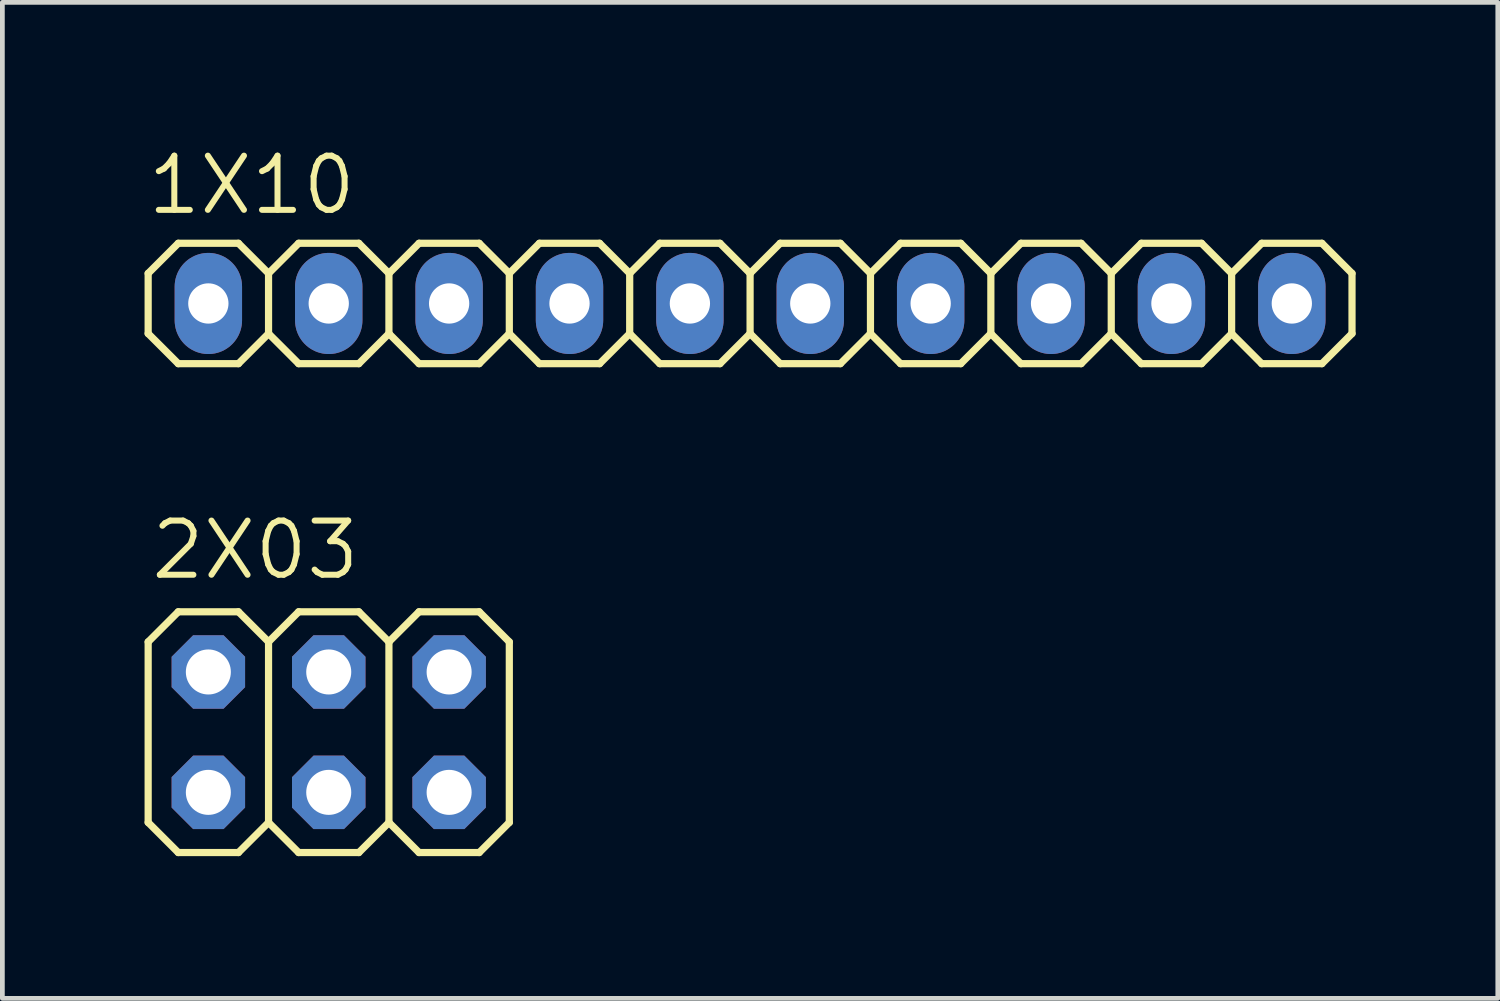
<source format=kicad_pcb>
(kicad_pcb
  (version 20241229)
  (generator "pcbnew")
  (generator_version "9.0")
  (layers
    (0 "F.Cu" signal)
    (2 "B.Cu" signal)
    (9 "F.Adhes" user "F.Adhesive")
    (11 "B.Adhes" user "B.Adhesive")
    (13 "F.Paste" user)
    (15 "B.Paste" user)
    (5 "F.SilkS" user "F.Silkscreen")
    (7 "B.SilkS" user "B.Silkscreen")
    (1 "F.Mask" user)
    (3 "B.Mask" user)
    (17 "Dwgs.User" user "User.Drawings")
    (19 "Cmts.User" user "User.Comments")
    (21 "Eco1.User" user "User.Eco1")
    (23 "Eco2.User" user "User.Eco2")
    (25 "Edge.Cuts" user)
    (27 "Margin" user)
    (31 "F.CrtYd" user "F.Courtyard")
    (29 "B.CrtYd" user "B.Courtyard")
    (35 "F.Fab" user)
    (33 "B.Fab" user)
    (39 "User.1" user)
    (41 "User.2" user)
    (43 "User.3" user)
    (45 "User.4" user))
  (footprint "2X03"
    (layer "F.Cu")
    (at 3.886 12.398)
    (property "Reference" "2X03" (at -3.81 -3.175 0) (layer "F.SilkS") (effects (font (size 1.143 1.143) (thickness 0.127)) (justify left bottom)))
    (fp_line (start -3.81 -1.905) (end -3.175 -2.54) (stroke (width 0.152) (type solid)) (layer "F.SilkS"))
    (fp_line (start -3.81 1.905) (end -3.81 -1.905) (stroke (width 0.152) (type solid)) (layer "F.SilkS"))
    (fp_line (start -3.81 1.905) (end -3.175 2.54) (stroke (width 0.152) (type solid)) (layer "F.SilkS"))
    (fp_line (start -3.175 -2.54) (end -1.905 -2.54) (stroke (width 0.152) (type solid)) (layer "F.SilkS"))
    (fp_line (start -3.175 2.54) (end -1.905 2.54) (stroke (width 0.152) (type solid)) (layer "F.SilkS"))
    (fp_line (start -1.905 -2.54) (end -1.27 -1.905) (stroke (width 0.152) (type solid)) (layer "F.SilkS"))
    (fp_line (start -1.905 2.54) (end -1.27 1.905) (stroke (width 0.152) (type solid)) (layer "F.SilkS"))
    (fp_line (start -1.27 -1.905) (end -1.27 1.905) (stroke (width 0.152) (type solid)) (layer "F.SilkS"))
    (fp_line (start -1.27 -1.905) (end -0.635 -2.54) (stroke (width 0.152) (type solid)) (layer "F.SilkS"))
    (fp_line (start -1.27 1.905) (end -0.635 2.54) (stroke (width 0.152) (type solid)) (layer "F.SilkS"))
    (fp_line (start -0.635 -2.54) (end 0.635 -2.54) (stroke (width 0.152) (type solid)) (layer "F.SilkS"))
    (fp_line (start -0.635 2.54) (end 0.635 2.54) (stroke (width 0.152) (type solid)) (layer "F.SilkS"))
    (fp_line (start 0.635 -2.54) (end 1.27 -1.905) (stroke (width 0.152) (type solid)) (layer "F.SilkS"))
    (fp_line (start 0.635 2.54) (end 1.27 1.905) (stroke (width 0.152) (type solid)) (layer "F.SilkS"))
    (fp_line (start 1.27 -1.905) (end 1.27 1.905) (stroke (width 0.152) (type solid)) (layer "F.SilkS"))
    (fp_line (start 1.27 -1.905) (end 1.905 -2.54) (stroke (width 0.152) (type solid)) (layer "F.SilkS"))
    (fp_line (start 1.27 1.905) (end 1.905 2.54) (stroke (width 0.152) (type solid)) (layer "F.SilkS"))
    (fp_line (start 1.905 -2.54) (end 3.175 -2.54) (stroke (width 0.152) (type solid)) (layer "F.SilkS"))
    (fp_line (start 1.905 2.54) (end 3.175 2.54) (stroke (width 0.152) (type solid)) (layer "F.SilkS"))
    (fp_line (start 3.175 -2.54) (end 3.81 -1.905) (stroke (width 0.152) (type solid)) (layer "F.SilkS"))
    (fp_line (start 3.175 2.54) (end 3.81 1.905) (stroke (width 0.152) (type solid)) (layer "F.SilkS"))
    (fp_line (start 3.81 -1.905) (end 3.81 1.905) (stroke (width 0.152) (type solid)) (layer "F.SilkS"))
    (fp_poly (pts (xy -2.794 -1.016) (xy -2.286 -1.016) (xy -2.286 -1.524) (xy -2.794 -1.524)) (stroke (width 0.1) (type default)) (fill no) (layer "F.Fab"))
    (fp_poly (pts (xy -2.794 1.524) (xy -2.286 1.524) (xy -2.286 1.016) (xy -2.794 1.016)) (stroke (width 0.1) (type default)) (fill no) (layer "F.Fab"))
    (fp_poly (pts (xy -0.254 -1.016) (xy 0.254 -1.016) (xy 0.254 -1.524) (xy -0.254 -1.524)) (stroke (width 0.1) (type default)) (fill no) (layer "F.Fab"))
    (fp_poly (pts (xy -0.254 1.524) (xy 0.254 1.524) (xy 0.254 1.016) (xy -0.254 1.016)) (stroke (width 0.1) (type default)) (fill no) (layer "F.Fab"))
    (fp_poly (pts (xy 2.286 -1.016) (xy 2.794 -1.016) (xy 2.794 -1.524) (xy 2.286 -1.524)) (stroke (width 0.1) (type default)) (fill no) (layer "F.Fab"))
    (fp_poly (pts (xy 2.286 1.524) (xy 2.794 1.524) (xy 2.794 1.016) (xy 2.286 1.016)) (stroke (width 0.1) (type default)) (fill no) (layer "F.Fab"))
    (pad "1" thru_hole roundrect (at -2.54 1.27) (size 1.55 1.55) (drill 0.95) (layers "*.Cu" "*.Mask") (roundrect_rratio 0.25) (chamfer_ratio 0.293) (chamfer top_left top_right bottom_left bottom_right))
    (pad "2" thru_hole roundrect (at -2.54 -1.27) (size 1.55 1.55) (drill 0.95) (layers "*.Cu" "*.Mask") (roundrect_rratio 0.25) (chamfer_ratio 0.293) (chamfer top_left top_right bottom_left bottom_right))
    (pad "3" thru_hole roundrect (at 0 1.27) (size 1.55 1.55) (drill 0.95) (layers "*.Cu" "*.Mask") (roundrect_rratio 0.25) (chamfer_ratio 0.293) (chamfer top_left top_right bottom_left bottom_right))
    (pad "4" thru_hole roundrect (at 0 -1.27) (size 1.55 1.55) (drill 0.95) (layers "*.Cu" "*.Mask") (roundrect_rratio 0.25) (chamfer_ratio 0.293) (chamfer top_left top_right bottom_left bottom_right))
    (pad "5" thru_hole roundrect (at 2.54 1.27) (size 1.55 1.55) (drill 0.95) (layers "*.Cu" "*.Mask") (roundrect_rratio 0.25) (chamfer_ratio 0.293) (chamfer top_left top_right bottom_left bottom_right))
    (pad "6" thru_hole roundrect (at 2.54 -1.27) (size 1.55 1.55) (drill 0.95) (layers "*.Cu" "*.Mask") (roundrect_rratio 0.25) (chamfer_ratio 0.293) (chamfer top_left top_right bottom_left bottom_right)))
  (footprint "1X10"
    (layer "F.Cu")
    (at 12.776 3.353)
    (property "Reference" "1X10" (at -12.776 -1.829 0) (layer "F.SilkS") (effects (font (size 1.143 1.143) (thickness 0.127)) (justify left bottom)))
    (fp_line (start -12.7 -0.635) (end -12.7 0.635) (stroke (width 0.152) (type solid)) (layer "F.SilkS"))
    (fp_line (start -12.7 0.635) (end -12.065 1.27) (stroke (width 0.152) (type solid)) (layer "F.SilkS"))
    (fp_line (start -12.065 -1.27) (end -12.7 -0.635) (stroke (width 0.152) (type solid)) (layer "F.SilkS"))
    (fp_line (start -12.065 -1.27) (end -10.795 -1.27) (stroke (width 0.152) (type solid)) (layer "F.SilkS"))
    (fp_line (start -10.795 -1.27) (end -10.16 -0.635) (stroke (width 0.152) (type solid)) (layer "F.SilkS"))
    (fp_line (start -10.795 1.27) (end -12.065 1.27) (stroke (width 0.152) (type solid)) (layer "F.SilkS"))
    (fp_line (start -10.16 -0.635) (end -10.16 0.635) (stroke (width 0.152) (type solid)) (layer "F.SilkS"))
    (fp_line (start -10.16 -0.635) (end -9.525 -1.27) (stroke (width 0.152) (type solid)) (layer "F.SilkS"))
    (fp_line (start -10.16 0.635) (end -10.795 1.27) (stroke (width 0.152) (type solid)) (layer "F.SilkS"))
    (fp_line (start -9.525 -1.27) (end -8.255 -1.27) (stroke (width 0.152) (type solid)) (layer "F.SilkS"))
    (fp_line (start -9.525 1.27) (end -10.16 0.635) (stroke (width 0.152) (type solid)) (layer "F.SilkS"))
    (fp_line (start -8.255 -1.27) (end -7.62 -0.635) (stroke (width 0.152) (type solid)) (layer "F.SilkS"))
    (fp_line (start -8.255 1.27) (end -9.525 1.27) (stroke (width 0.152) (type solid)) (layer "F.SilkS"))
    (fp_line (start -7.62 -0.635) (end -7.62 0.635) (stroke (width 0.152) (type solid)) (layer "F.SilkS"))
    (fp_line (start -7.62 -0.635) (end -6.985 -1.27) (stroke (width 0.152) (type solid)) (layer "F.SilkS"))
    (fp_line (start -7.62 0.635) (end -8.255 1.27) (stroke (width 0.152) (type solid)) (layer "F.SilkS"))
    (fp_line (start -6.985 -1.27) (end -5.715 -1.27) (stroke (width 0.152) (type solid)) (layer "F.SilkS"))
    (fp_line (start -6.985 1.27) (end -7.62 0.635) (stroke (width 0.152) (type solid)) (layer "F.SilkS"))
    (fp_line (start -5.715 -1.27) (end -5.08 -0.635) (stroke (width 0.152) (type solid)) (layer "F.SilkS"))
    (fp_line (start -5.715 1.27) (end -6.985 1.27) (stroke (width 0.152) (type solid)) (layer "F.SilkS"))
    (fp_line (start -5.08 -0.635) (end -5.08 0.635) (stroke (width 0.152) (type solid)) (layer "F.SilkS"))
    (fp_line (start -5.08 0.635) (end -5.715 1.27) (stroke (width 0.152) (type solid)) (layer "F.SilkS"))
    (fp_line (start -5.08 0.635) (end -4.445 1.27) (stroke (width 0.152) (type solid)) (layer "F.SilkS"))
    (fp_line (start -4.445 -1.27) (end -5.08 -0.635) (stroke (width 0.152) (type solid)) (layer "F.SilkS"))
    (fp_line (start -4.445 -1.27) (end -3.175 -1.27) (stroke (width 0.152) (type solid)) (layer "F.SilkS"))
    (fp_line (start -3.175 -1.27) (end -2.54 -0.635) (stroke (width 0.152) (type solid)) (layer "F.SilkS"))
    (fp_line (start -3.175 1.27) (end -4.445 1.27) (stroke (width 0.152) (type solid)) (layer "F.SilkS"))
    (fp_line (start -2.54 -0.635) (end -2.54 0.635) (stroke (width 0.152) (type solid)) (layer "F.SilkS"))
    (fp_line (start -2.54 -0.635) (end -1.905 -1.27) (stroke (width 0.152) (type solid)) (layer "F.SilkS"))
    (fp_line (start -2.54 0.635) (end -3.175 1.27) (stroke (width 0.152) (type solid)) (layer "F.SilkS"))
    (fp_line (start -1.905 -1.27) (end -0.635 -1.27) (stroke (width 0.152) (type solid)) (layer "F.SilkS"))
    (fp_line (start -1.905 1.27) (end -2.54 0.635) (stroke (width 0.152) (type solid)) (layer "F.SilkS"))
    (fp_line (start -0.635 -1.27) (end 0 -0.635) (stroke (width 0.152) (type solid)) (layer "F.SilkS"))
    (fp_line (start -0.635 1.27) (end -1.905 1.27) (stroke (width 0.152) (type solid)) (layer "F.SilkS"))
    (fp_line (start 0 -0.635) (end 0 0.635) (stroke (width 0.152) (type solid)) (layer "F.SilkS"))
    (fp_line (start 0 -0.635) (end 0.635 -1.27) (stroke (width 0.152) (type solid)) (layer "F.SilkS"))
    (fp_line (start 0 0.635) (end -0.635 1.27) (stroke (width 0.152) (type solid)) (layer "F.SilkS"))
    (fp_line (start 0.635 -1.27) (end 1.905 -1.27) (stroke (width 0.152) (type solid)) (layer "F.SilkS"))
    (fp_line (start 0.635 1.27) (end 0 0.635) (stroke (width 0.152) (type solid)) (layer "F.SilkS"))
    (fp_line (start 1.905 -1.27) (end 2.54 -0.635) (stroke (width 0.152) (type solid)) (layer "F.SilkS"))
    (fp_line (start 1.905 1.27) (end 0.635 1.27) (stroke (width 0.152) (type solid)) (layer "F.SilkS"))
    (fp_line (start 2.54 -0.635) (end 2.54 0.635) (stroke (width 0.152) (type solid)) (layer "F.SilkS"))
    (fp_line (start 2.54 0.635) (end 1.905 1.27) (stroke (width 0.152) (type solid)) (layer "F.SilkS"))
    (fp_line (start 2.54 0.635) (end 3.175 1.27) (stroke (width 0.152) (type solid)) (layer "F.SilkS"))
    (fp_line (start 3.175 -1.27) (end 2.54 -0.635) (stroke (width 0.152) (type solid)) (layer "F.SilkS"))
    (fp_line (start 3.175 -1.27) (end 4.445 -1.27) (stroke (width 0.152) (type solid)) (layer "F.SilkS"))
    (fp_line (start 4.445 -1.27) (end 5.08 -0.635) (stroke (width 0.152) (type solid)) (layer "F.SilkS"))
    (fp_line (start 4.445 1.27) (end 3.175 1.27) (stroke (width 0.152) (type solid)) (layer "F.SilkS"))
    (fp_line (start 5.08 -0.635) (end 5.08 0.635) (stroke (width 0.152) (type solid)) (layer "F.SilkS"))
    (fp_line (start 5.08 -0.635) (end 5.715 -1.27) (stroke (width 0.152) (type solid)) (layer "F.SilkS"))
    (fp_line (start 5.08 0.635) (end 4.445 1.27) (stroke (width 0.152) (type solid)) (layer "F.SilkS"))
    (fp_line (start 5.715 -1.27) (end 6.985 -1.27) (stroke (width 0.152) (type solid)) (layer "F.SilkS"))
    (fp_line (start 5.715 1.27) (end 5.08 0.635) (stroke (width 0.152) (type solid)) (layer "F.SilkS"))
    (fp_line (start 6.985 -1.27) (end 7.62 -0.635) (stroke (width 0.152) (type solid)) (layer "F.SilkS"))
    (fp_line (start 6.985 1.27) (end 5.715 1.27) (stroke (width 0.152) (type solid)) (layer "F.SilkS"))
    (fp_line (start 7.62 -0.635) (end 7.62 0.635) (stroke (width 0.152) (type solid)) (layer "F.SilkS"))
    (fp_line (start 7.62 -0.635) (end 8.255 -1.27) (stroke (width 0.152) (type solid)) (layer "F.SilkS"))
    (fp_line (start 7.62 0.635) (end 6.985 1.27) (stroke (width 0.152) (type solid)) (layer "F.SilkS"))
    (fp_line (start 8.255 -1.27) (end 9.525 -1.27) (stroke (width 0.152) (type solid)) (layer "F.SilkS"))
    (fp_line (start 8.255 1.27) (end 7.62 0.635) (stroke (width 0.152) (type solid)) (layer "F.SilkS"))
    (fp_line (start 9.525 -1.27) (end 10.16 -0.635) (stroke (width 0.152) (type solid)) (layer "F.SilkS"))
    (fp_line (start 9.525 1.27) (end 8.255 1.27) (stroke (width 0.152) (type solid)) (layer "F.SilkS"))
    (fp_line (start 10.16 -0.635) (end 10.16 0.635) (stroke (width 0.152) (type solid)) (layer "F.SilkS"))
    (fp_line (start 10.16 0.635) (end 9.525 1.27) (stroke (width 0.152) (type solid)) (layer "F.SilkS"))
    (fp_line (start 10.16 0.635) (end 10.795 1.27) (stroke (width 0.152) (type solid)) (layer "F.SilkS"))
    (fp_line (start 10.795 -1.27) (end 10.16 -0.635) (stroke (width 0.152) (type solid)) (layer "F.SilkS"))
    (fp_line (start 10.795 -1.27) (end 12.065 -1.27) (stroke (width 0.152) (type solid)) (layer "F.SilkS"))
    (fp_line (start 12.065 -1.27) (end 12.7 -0.635) (stroke (width 0.152) (type solid)) (layer "F.SilkS"))
    (fp_line (start 12.065 1.27) (end 10.795 1.27) (stroke (width 0.152) (type solid)) (layer "F.SilkS"))
    (fp_line (start 12.7 -0.635) (end 12.7 0.635) (stroke (width 0.152) (type solid)) (layer "F.SilkS"))
    (fp_line (start 12.7 0.635) (end 12.065 1.27) (stroke (width 0.152) (type solid)) (layer "F.SilkS"))
    (fp_poly (pts (xy -11.684 0.254) (xy -11.176 0.254) (xy -11.176 -0.254) (xy -11.684 -0.254)) (stroke (width 0.1) (type default)) (fill no) (layer "F.Fab"))
    (fp_poly (pts (xy -9.144 0.254) (xy -8.636 0.254) (xy -8.636 -0.254) (xy -9.144 -0.254)) (stroke (width 0.1) (type default)) (fill no) (layer "F.Fab"))
    (fp_poly (pts (xy -6.604 0.254) (xy -6.096 0.254) (xy -6.096 -0.254) (xy -6.604 -0.254)) (stroke (width 0.1) (type default)) (fill no) (layer "F.Fab"))
    (fp_poly (pts (xy -4.064 0.254) (xy -3.556 0.254) (xy -3.556 -0.254) (xy -4.064 -0.254)) (stroke (width 0.1) (type default)) (fill no) (layer "F.Fab"))
    (fp_poly (pts (xy -1.524 0.254) (xy -1.016 0.254) (xy -1.016 -0.254) (xy -1.524 -0.254)) (stroke (width 0.1) (type default)) (fill no) (layer "F.Fab"))
    (fp_poly (pts (xy 1.016 0.254) (xy 1.524 0.254) (xy 1.524 -0.254) (xy 1.016 -0.254)) (stroke (width 0.1) (type default)) (fill no) (layer "F.Fab"))
    (fp_poly (pts (xy 3.556 0.254) (xy 4.064 0.254) (xy 4.064 -0.254) (xy 3.556 -0.254)) (stroke (width 0.1) (type default)) (fill no) (layer "F.Fab"))
    (fp_poly (pts (xy 6.096 0.254) (xy 6.604 0.254) (xy 6.604 -0.254) (xy 6.096 -0.254)) (stroke (width 0.1) (type default)) (fill no) (layer "F.Fab"))
    (fp_poly (pts (xy 8.636 0.254) (xy 9.144 0.254) (xy 9.144 -0.254) (xy 8.636 -0.254)) (stroke (width 0.1) (type default)) (fill no) (layer "F.Fab"))
    (fp_poly (pts (xy 11.176 0.254) (xy 11.684 0.254) (xy 11.684 -0.254) (xy 11.176 -0.254)) (stroke (width 0.1) (type default)) (fill no) (layer "F.Fab"))
    (pad "1" thru_hole oval (at -11.43 0 90) (size 2.134 1.422) (drill 0.85) (layers "*.Cu" "*.Mask"))
    (pad "2" thru_hole oval (at -8.89 0 90) (size 2.134 1.422) (drill 0.85) (layers "*.Cu" "*.Mask"))
    (pad "3" thru_hole oval (at -6.35 0 90) (size 2.134 1.422) (drill 0.85) (layers "*.Cu" "*.Mask"))
    (pad "4" thru_hole oval (at -3.81 0 90) (size 2.134 1.422) (drill 0.85) (layers "*.Cu" "*.Mask"))
    (pad "5" thru_hole oval (at -1.27 0 90) (size 2.134 1.422) (drill 0.85) (layers "*.Cu" "*.Mask"))
    (pad "6" thru_hole oval (at 1.27 0 90) (size 2.134 1.422) (drill 0.85) (layers "*.Cu" "*.Mask"))
    (pad "7" thru_hole oval (at 3.81 0 90) (size 2.134 1.422) (drill 0.85) (layers "*.Cu" "*.Mask"))
    (pad "8" thru_hole oval (at 6.35 0 90) (size 2.134 1.422) (drill 0.85) (layers "*.Cu" "*.Mask"))
    (pad "9" thru_hole oval (at 8.89 0 90) (size 2.134 1.422) (drill 0.85) (layers "*.Cu" "*.Mask"))
    (pad "10" thru_hole oval (at 11.43 0 90) (size 2.134 1.422) (drill 0.85) (layers "*.Cu" "*.Mask")))
  (gr_rect
    (start -3 -3)
    (end 28.552 18.014)
    (stroke (width 0.1) (type default))
    (fill no)
    (layer "Edge.Cuts")))
</source>
